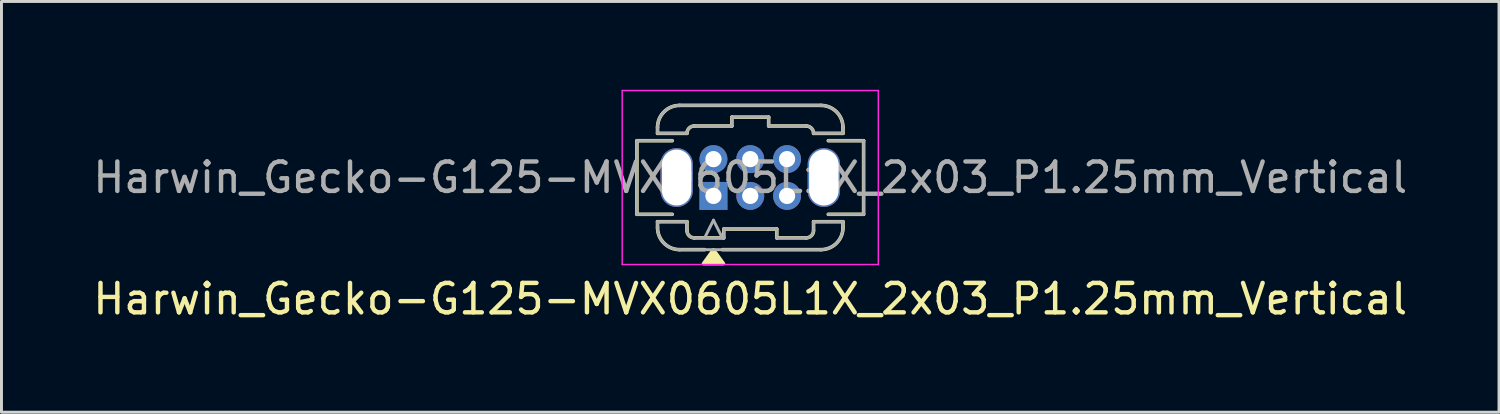
<source format=kicad_pcb>
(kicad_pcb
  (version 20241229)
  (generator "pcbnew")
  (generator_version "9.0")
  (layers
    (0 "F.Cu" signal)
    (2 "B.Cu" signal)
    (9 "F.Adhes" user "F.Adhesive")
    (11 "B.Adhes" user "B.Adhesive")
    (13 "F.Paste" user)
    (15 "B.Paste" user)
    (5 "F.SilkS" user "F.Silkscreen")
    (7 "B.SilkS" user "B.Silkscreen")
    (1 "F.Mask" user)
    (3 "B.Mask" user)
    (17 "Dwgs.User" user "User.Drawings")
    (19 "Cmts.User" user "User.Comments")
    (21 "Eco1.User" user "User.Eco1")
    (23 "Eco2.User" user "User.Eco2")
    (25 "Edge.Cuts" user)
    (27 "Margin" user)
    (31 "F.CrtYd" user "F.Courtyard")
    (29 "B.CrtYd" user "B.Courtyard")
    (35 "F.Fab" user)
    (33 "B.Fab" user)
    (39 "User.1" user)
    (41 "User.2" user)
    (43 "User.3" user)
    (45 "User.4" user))
  (footprint "Harwin_Gecko-G125-MVX0605L1X_2x03_P1.25mm_Vertical"
    (layer "F.Cu")
    (at 21.185 3.605)
    (property "Reference" "Harwin_Gecko-G125-MVX0605L1X_2x03_P1.25mm_Vertical" (at 1.25 3.5 0) (layer "F.SilkS") (effects (font (size 1 1) (thickness 0.15))))
    (attr through_hole)
    (fp_line (start -2.6 -1.875) (end -2.6 0.625) (stroke (width 0.12) (type solid)) (layer "F.SilkS"))
    (fp_line (start -2.6 0.625) (end -1.4 0.625) (stroke (width 0.12) (type solid)) (layer "F.SilkS"))
    (fp_line (start -1.9 -2.325) (end -1.9 -2.125) (stroke (width 0.12) (type solid)) (layer "F.SilkS"))
    (fp_line (start -1.9 -2.125) (end -0.9 -2.125) (stroke (width 0.12) (type solid)) (layer "F.SilkS"))
    (fp_line (start -1.9 0.875) (end -0.9 0.875) (stroke (width 0.12) (type solid)) (layer "F.SilkS"))
    (fp_line (start -1.9 1.075) (end -1.9 0.875) (stroke (width 0.12) (type solid)) (layer "F.SilkS"))
    (fp_line (start -1.4 -1.875) (end -2.6 -1.875) (stroke (width 0.12) (type solid)) (layer "F.SilkS"))
    (fp_line (start -1.15 -3.075) (end 3.65 -3.075) (stroke (width 0.12) (type solid)) (layer "F.SilkS"))
    (fp_line (start -1.15 1.825) (end -0.3 1.825) (stroke (width 0.12) (type solid)) (layer "F.SilkS"))
    (fp_line (start -0.9 1.175) (end -0.9 0.875) (stroke (width 0.12) (type solid)) (layer "F.SilkS"))
    (fp_line (start -0.65 -2.375) (end 0.625 -2.375) (stroke (width 0.12) (type solid)) (layer "F.SilkS"))
    (fp_line (start -0.65 1.425) (end 0.35 1.425) (stroke (width 0.12) (type solid)) (layer "F.SilkS"))
    (fp_line (start 0.3 1.825) (end 3.65 1.825) (stroke (width 0.12) (type solid)) (layer "F.SilkS"))
    (fp_line (start 0.35 1.125) (end 2.15 1.125) (stroke (width 0.12) (type solid)) (layer "F.SilkS"))
    (fp_line (start 0.35 1.425) (end 0.35 1.125) (stroke (width 0.12) (type solid)) (layer "F.SilkS"))
    (fp_line (start 0.625 -2.675) (end 1.875 -2.675) (stroke (width 0.12) (type solid)) (layer "F.SilkS"))
    (fp_line (start 0.625 -2.375) (end 0.625 -2.675) (stroke (width 0.12) (type solid)) (layer "F.SilkS"))
    (fp_line (start 1.875 -2.675) (end 1.875 -2.375) (stroke (width 0.12) (type solid)) (layer "F.SilkS"))
    (fp_line (start 1.875 -2.375) (end 3.15 -2.375) (stroke (width 0.12) (type solid)) (layer "F.SilkS"))
    (fp_line (start 2.15 1.125) (end 2.15 1.425) (stroke (width 0.12) (type solid)) (layer "F.SilkS"))
    (fp_line (start 2.15 1.425) (end 3.15 1.425) (stroke (width 0.12) (type solid)) (layer "F.SilkS"))
    (fp_line (start 3.4 1.175) (end 3.4 0.875) (stroke (width 0.12) (type solid)) (layer "F.SilkS"))
    (fp_line (start 3.9 -1.875) (end 5.1 -1.875) (stroke (width 0.12) (type solid)) (layer "F.SilkS"))
    (fp_line (start 4.4 -2.325) (end 4.4 -2.125) (stroke (width 0.12) (type solid)) (layer "F.SilkS"))
    (fp_line (start 4.4 -2.125) (end 3.4 -2.125) (stroke (width 0.12) (type solid)) (layer "F.SilkS"))
    (fp_line (start 4.4 0.875) (end 3.4 0.875) (stroke (width 0.12) (type solid)) (layer "F.SilkS"))
    (fp_line (start 4.4 1.075) (end 4.4 0.875) (stroke (width 0.12) (type solid)) (layer "F.SilkS"))
    (fp_line (start 5.1 -1.875) (end 5.1 0.625) (stroke (width 0.12) (type solid)) (layer "F.SilkS"))
    (fp_line (start 5.1 0.625) (end 3.9 0.625) (stroke (width 0.12) (type solid)) (layer "F.SilkS"))
    (fp_arc (start -1.9 -2.325) (mid -1.68033 -2.85533) (end -1.15 -3.075) (stroke (width 0.12) (type solid)) (layer "F.SilkS"))
    (fp_arc (start -1.15 1.825) (mid -1.68033 1.60533) (end -1.9 1.075) (stroke (width 0.12) (type solid)) (layer "F.SilkS"))
    (fp_arc (start -0.9 -2.125) (mid -0.826777 -2.301777) (end -0.65 -2.375) (stroke (width 0.12) (type solid)) (layer "F.SilkS"))
    (fp_arc (start -0.65 1.425) (mid -0.826777 1.351777) (end -0.9 1.175) (stroke (width 0.12) (type solid)) (layer "F.SilkS"))
    (fp_arc (start 3.15 -2.375) (mid 3.326777 -2.301777) (end 3.4 -2.125) (stroke (width 0.12) (type solid)) (layer "F.SilkS"))
    (fp_arc (start 3.4 1.175) (mid 3.326777 1.351777) (end 3.15 1.425) (stroke (width 0.12) (type solid)) (layer "F.SilkS"))
    (fp_arc (start 3.65 -3.075) (mid 4.18033 -2.85533) (end 4.4 -2.325) (stroke (width 0.12) (type solid)) (layer "F.SilkS"))
    (fp_arc (start 4.4 1.075) (mid 4.18033 1.60533) (end 3.65 1.825) (stroke (width 0.12) (type solid)) (layer "F.SilkS"))
    (fp_poly (pts (xy 0 1.83) (xy -0.34 2.3) (xy 0.34 2.3) (xy 0 1.83)) (stroke (width 0.12) (type solid)) (fill yes) (layer "F.SilkS"))
    (fp_line (start -3.1 -3.58) (end -3.1 2.33) (stroke (width 0.05) (type solid)) (layer "F.CrtYd"))
    (fp_line (start -3.1 2.33) (end 5.6 2.33) (stroke (width 0.05) (type solid)) (layer "F.CrtYd"))
    (fp_line (start 5.6 -3.58) (end -3.1 -3.58) (stroke (width 0.05) (type solid)) (layer "F.CrtYd"))
    (fp_line (start 5.6 -3.58) (end 5.6 2.33) (stroke (width 0.05) (type solid)) (layer "F.CrtYd"))
    (fp_line (start -2.6 -1.875) (end -2.6 0.625) (stroke (width 0.1) (type solid)) (layer "F.Fab"))
    (fp_line (start -2.6 0.625) (end -1.4 0.625) (stroke (width 0.1) (type solid)) (layer "F.Fab"))
    (fp_line (start -1.9 -2.325) (end -1.9 -2.125) (stroke (width 0.1) (type solid)) (layer "F.Fab"))
    (fp_line (start -1.9 -2.125) (end -0.9 -2.125) (stroke (width 0.1) (type solid)) (layer "F.Fab"))
    (fp_line (start -1.9 0.875) (end -0.9 0.875) (stroke (width 0.1) (type solid)) (layer "F.Fab"))
    (fp_line (start -1.9 1.075) (end -1.9 0.875) (stroke (width 0.1) (type solid)) (layer "F.Fab"))
    (fp_line (start -1.4 -1.875) (end -2.6 -1.875) (stroke (width 0.1) (type solid)) (layer "F.Fab"))
    (fp_line (start -1.15 -3.075) (end 3.65 -3.075) (stroke (width 0.1) (type solid)) (layer "F.Fab"))
    (fp_line (start -1.15 1.825) (end 3.65 1.825) (stroke (width 0.1) (type solid)) (layer "F.Fab"))
    (fp_line (start -0.9 1.175) (end -0.9 0.875) (stroke (width 0.1) (type solid)) (layer "F.Fab"))
    (fp_line (start -0.65 -2.375) (end 0.625 -2.375) (stroke (width 0.1) (type solid)) (layer "F.Fab"))
    (fp_line (start -0.65 1.425) (end 0.35 1.425) (stroke (width 0.1) (type solid)) (layer "F.Fab"))
    (fp_line (start 0 0.825) (end -0.3 1.425) (stroke (width 0.1) (type solid)) (layer "F.Fab"))
    (fp_line (start 0.3 1.425) (end 0 0.825) (stroke (width 0.1) (type solid)) (layer "F.Fab"))
    (fp_line (start 0.35 1.125) (end 2.15 1.125) (stroke (width 0.1) (type solid)) (layer "F.Fab"))
    (fp_line (start 0.35 1.425) (end 0.35 1.125) (stroke (width 0.1) (type solid)) (layer "F.Fab"))
    (fp_line (start 0.625 -2.675) (end 1.875 -2.675) (stroke (width 0.1) (type solid)) (layer "F.Fab"))
    (fp_line (start 0.625 -2.375) (end 0.625 -2.675) (stroke (width 0.1) (type solid)) (layer "F.Fab"))
    (fp_line (start 1.875 -2.675) (end 1.875 -2.375) (stroke (width 0.1) (type solid)) (layer "F.Fab"))
    (fp_line (start 1.875 -2.375) (end 3.15 -2.375) (stroke (width 0.1) (type solid)) (layer "F.Fab"))
    (fp_line (start 2.15 1.125) (end 2.15 1.425) (stroke (width 0.1) (type solid)) (layer "F.Fab"))
    (fp_line (start 2.15 1.425) (end 3.15 1.425) (stroke (width 0.1) (type solid)) (layer "F.Fab"))
    (fp_line (start 3.4 1.175) (end 3.4 0.875) (stroke (width 0.1) (type solid)) (layer "F.Fab"))
    (fp_line (start 3.9 -1.875) (end 5.1 -1.875) (stroke (width 0.1) (type solid)) (layer "F.Fab"))
    (fp_line (start 4.4 -2.325) (end 4.4 -2.125) (stroke (width 0.1) (type solid)) (layer "F.Fab"))
    (fp_line (start 4.4 -2.125) (end 3.4 -2.125) (stroke (width 0.1) (type solid)) (layer "F.Fab"))
    (fp_line (start 4.4 0.875) (end 3.4 0.875) (stroke (width 0.1) (type solid)) (layer "F.Fab"))
    (fp_line (start 4.4 1.075) (end 4.4 0.875) (stroke (width 0.1) (type solid)) (layer "F.Fab"))
    (fp_line (start 5.1 -1.875) (end 5.1 0.625) (stroke (width 0.1) (type solid)) (layer "F.Fab"))
    (fp_line (start 5.1 0.625) (end 3.9 0.625) (stroke (width 0.1) (type solid)) (layer "F.Fab"))
    (fp_arc (start -1.9 -2.325) (mid -1.68033 -2.85533) (end -1.15 -3.075) (stroke (width 0.1) (type solid)) (layer "F.Fab"))
    (fp_arc (start -1.15 1.825) (mid -1.68033 1.60533) (end -1.9 1.075) (stroke (width 0.1) (type solid)) (layer "F.Fab"))
    (fp_arc (start -0.9 -2.125) (mid -0.826777 -2.301777) (end -0.65 -2.375) (stroke (width 0.1) (type solid)) (layer "F.Fab"))
    (fp_arc (start -0.65 1.425) (mid -0.826777 1.351777) (end -0.9 1.175) (stroke (width 0.1) (type solid)) (layer "F.Fab"))
    (fp_arc (start 3.15 -2.375) (mid 3.326777 -2.301777) (end 3.4 -2.125) (stroke (width 0.1) (type solid)) (layer "F.Fab"))
    (fp_arc (start 3.4 1.175) (mid 3.326777 1.351777) (end 3.15 1.425) (stroke (width 0.1) (type solid)) (layer "F.Fab"))
    (fp_arc (start 3.65 -3.075) (mid 4.18033 -2.85533) (end 4.4 -2.325) (stroke (width 0.1) (type solid)) (layer "F.Fab"))
    (fp_arc (start 4.4 1.075) (mid 4.18033 1.60533) (end 3.65 1.825) (stroke (width 0.1) (type solid)) (layer "F.Fab"))
    (fp_text user "${REFERENCE}" (at 1.25 -0.625 0) (layer "F.Fab") (effects (font (size 1 1) (thickness 0.15))))
    (pad "" np_thru_hole oval (at -1.25 -0.625) (size 1.1 2) (drill oval 1 1.9) (layers "*.Cu" "*.Mask"))
    (pad "" np_thru_hole oval (at 3.75 -0.625) (size 1.1 2) (drill oval 1 1.9) (layers "*.Cu" "*.Mask"))
    (pad "1" thru_hole rect (at 0 0) (size 0.95 0.95) (drill 0.55) (layers "*.Cu" "*.Mask"))
    (pad "2" thru_hole circle (at 1.25 0) (size 0.95 0.95) (drill 0.55) (layers "*.Cu" "*.Mask"))
    (pad "3" thru_hole circle (at 2.5 0) (size 0.95 0.95) (drill 0.55) (layers "*.Cu" "*.Mask"))
    (pad "4" thru_hole circle (at 0 -1.25) (size 0.95 0.95) (drill 0.55) (layers "*.Cu" "*.Mask"))
    (pad "5" thru_hole circle (at 1.25 -1.25) (size 0.95 0.95) (drill 0.55) (layers "*.Cu" "*.Mask"))
    (pad "6" thru_hole circle (at 2.5 -1.25) (size 0.95 0.95) (drill 0.55) (layers "*.Cu" "*.Mask")))
  (gr_rect
    (start -3 -3)
    (end 47.869 10.953)
    (stroke (width 0.1) (type default))
    (fill no)
    (layer "Edge.Cuts")))
</source>
